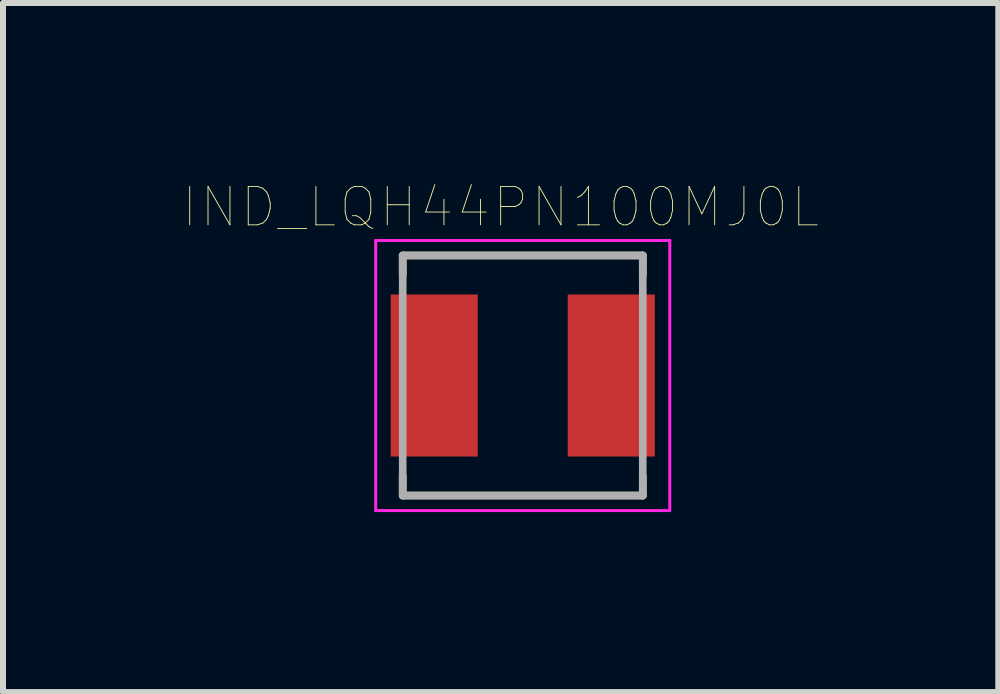
<source format=kicad_pcb>
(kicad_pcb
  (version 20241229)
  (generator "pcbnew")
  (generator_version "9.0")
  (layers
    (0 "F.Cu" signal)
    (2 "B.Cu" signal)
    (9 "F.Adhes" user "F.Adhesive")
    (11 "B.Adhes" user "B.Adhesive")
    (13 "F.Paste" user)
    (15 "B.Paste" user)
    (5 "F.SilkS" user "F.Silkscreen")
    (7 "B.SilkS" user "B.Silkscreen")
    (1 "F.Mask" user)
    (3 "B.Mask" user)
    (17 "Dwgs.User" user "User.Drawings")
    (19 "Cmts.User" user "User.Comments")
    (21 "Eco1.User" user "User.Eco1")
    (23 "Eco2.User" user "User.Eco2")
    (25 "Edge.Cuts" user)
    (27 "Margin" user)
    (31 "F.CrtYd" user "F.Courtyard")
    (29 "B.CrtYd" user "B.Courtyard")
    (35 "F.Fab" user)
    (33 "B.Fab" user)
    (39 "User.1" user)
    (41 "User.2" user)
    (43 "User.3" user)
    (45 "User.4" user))
  (footprint "IND_LQH44PN100MJ0L"
    (layer "F.Cu")
    (at 5.66 3.207)
    (property "Reference" "IND_LQH44PN100MJ0L" (at -0.368 -2.806 0) (layer "F.SilkS") (effects (font (size 0.64 0.64) (thickness 0.015))))
    (attr through_hole)
    (fp_line (start -2 -2) (end -2 -1.67) (stroke (width 0.127) (type solid)) (layer "F.SilkS"))
    (fp_line (start -2 -2) (end 2 -2) (stroke (width 0.127) (type solid)) (layer "F.SilkS"))
    (fp_line (start -2 2) (end -2 1.67) (stroke (width 0.127) (type solid)) (layer "F.SilkS"))
    (fp_line (start -2 2) (end 2 2) (stroke (width 0.127) (type solid)) (layer "F.SilkS"))
    (fp_line (start 2 -2) (end 2 -1.67) (stroke (width 0.127) (type solid)) (layer "F.SilkS"))
    (fp_line (start 2 2) (end 2 1.67) (stroke (width 0.127) (type solid)) (layer "F.SilkS"))
    (fp_line (start -2.45 -2.25) (end 2.45 -2.25) (stroke (width 0.05) (type solid)) (layer "F.CrtYd"))
    (fp_line (start -2.45 2.25) (end -2.45 -2.25) (stroke (width 0.05) (type solid)) (layer "F.CrtYd"))
    (fp_line (start 2.45 -2.25) (end 2.45 2.25) (stroke (width 0.05) (type solid)) (layer "F.CrtYd"))
    (fp_line (start 2.45 2.25) (end -2.45 2.25) (stroke (width 0.05) (type solid)) (layer "F.CrtYd"))
    (fp_line (start -2 -2) (end 2 -2) (stroke (width 0.127) (type solid)) (layer "F.Fab"))
    (fp_line (start -2 2) (end -2 -2) (stroke (width 0.127) (type solid)) (layer "F.Fab"))
    (fp_line (start 2 -2) (end 2 2) (stroke (width 0.127) (type solid)) (layer "F.Fab"))
    (fp_line (start 2 2) (end -2 2) (stroke (width 0.127) (type solid)) (layer "F.Fab"))
    (pad "1" smd rect (at -1.475 0) (size 1.45 2.7) (layers "F.Cu" "F.Mask" "F.Paste"))
    (pad "2" smd rect (at 1.475 0) (size 1.45 2.7) (layers "F.Cu" "F.Mask" "F.Paste")))
  (gr_rect
    (start -3 -3)
    (end 13.584 8.482)
    (stroke (width 0.1) (type default))
    (fill no)
    (layer "Edge.Cuts")))
</source>
